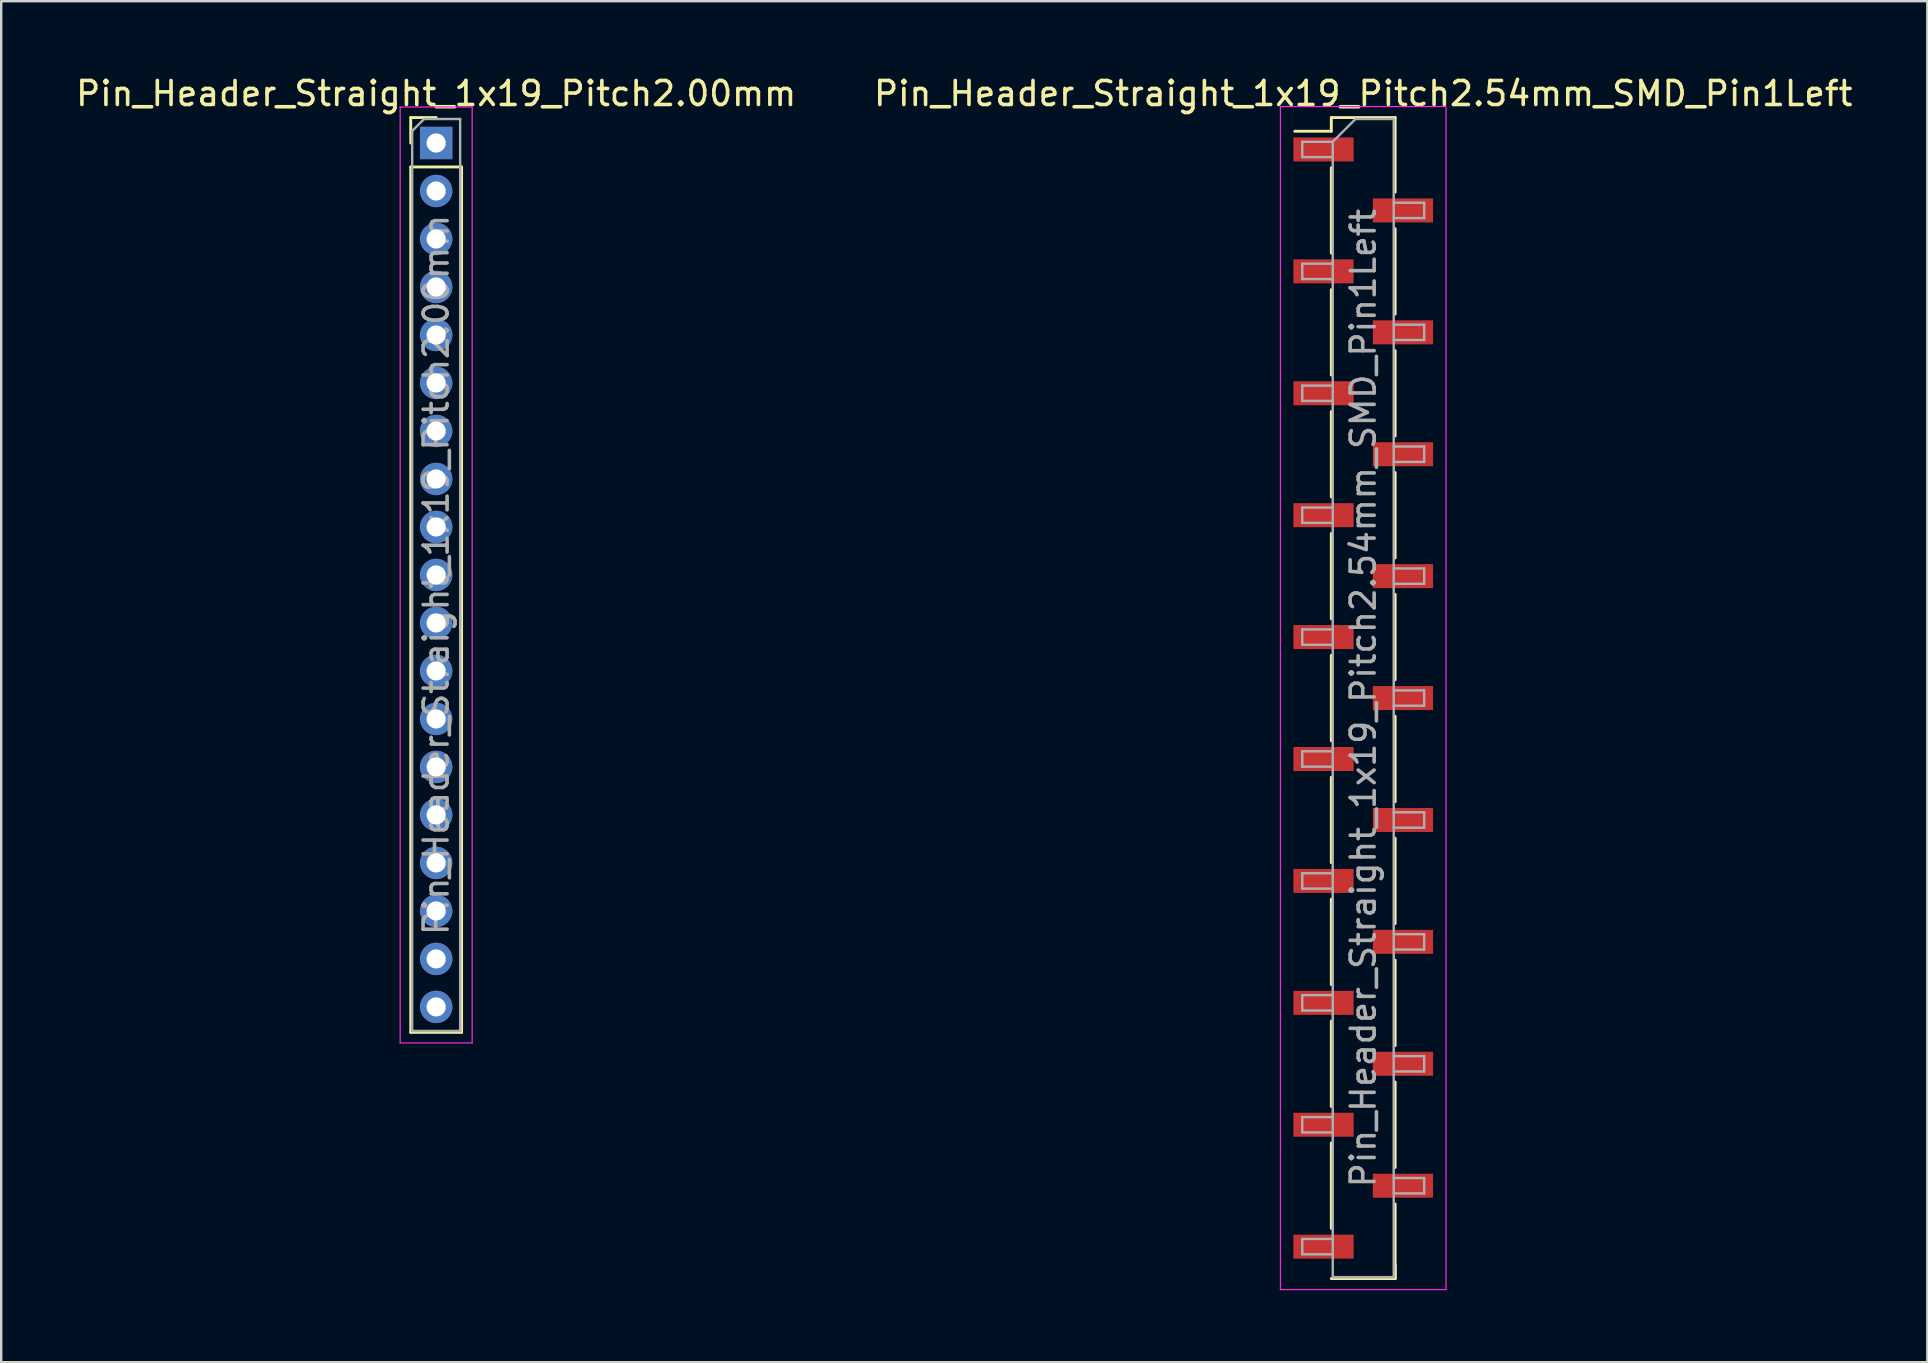
<source format=kicad_pcb>
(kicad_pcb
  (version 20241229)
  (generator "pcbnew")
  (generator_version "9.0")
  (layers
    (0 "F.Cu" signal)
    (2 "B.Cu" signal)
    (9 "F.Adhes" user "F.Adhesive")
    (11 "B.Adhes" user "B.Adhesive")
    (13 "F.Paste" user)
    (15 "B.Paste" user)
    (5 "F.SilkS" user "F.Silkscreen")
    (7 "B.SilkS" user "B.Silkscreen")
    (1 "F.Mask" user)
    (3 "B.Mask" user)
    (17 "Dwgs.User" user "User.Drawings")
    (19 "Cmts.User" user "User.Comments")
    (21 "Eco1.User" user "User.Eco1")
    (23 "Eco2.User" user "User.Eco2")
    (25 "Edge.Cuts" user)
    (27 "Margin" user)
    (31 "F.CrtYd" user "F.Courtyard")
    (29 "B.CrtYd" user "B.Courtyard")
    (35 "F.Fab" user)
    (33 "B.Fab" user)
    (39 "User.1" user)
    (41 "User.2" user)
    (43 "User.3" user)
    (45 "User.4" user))
  (footprint "Pin_Header_Straight_1x19_Pitch2.00mm"
    (layer "F.Cu")
    (at 15.125 2.908)
    (property "Reference" "Pin_Header_Straight_1x19_Pitch2.00mm" (at 0 -2.06 0) (layer "F.SilkS") (effects (font (size 1 1) (thickness 0.15))))
    (attr through_hole)
    (fp_line (start -1.06 -1.06) (end 0 -1.06) (stroke (width 0.12) (type solid)) (layer "F.SilkS"))
    (fp_line (start -1.06 0) (end -1.06 -1.06) (stroke (width 0.12) (type solid)) (layer "F.SilkS"))
    (fp_line (start -1.06 1) (end -1.06 37.06) (stroke (width 0.12) (type solid)) (layer "F.SilkS"))
    (fp_line (start -1.06 1) (end 1.06 1) (stroke (width 0.12) (type solid)) (layer "F.SilkS"))
    (fp_line (start -1.06 37.06) (end 1.06 37.06) (stroke (width 0.12) (type solid)) (layer "F.SilkS"))
    (fp_line (start 1.06 1) (end 1.06 37.06) (stroke (width 0.12) (type solid)) (layer "F.SilkS"))
    (fp_line (start -1.5 -1.5) (end -1.5 37.5) (stroke (width 0.05) (type solid)) (layer "F.CrtYd"))
    (fp_line (start -1.5 37.5) (end 1.5 37.5) (stroke (width 0.05) (type solid)) (layer "F.CrtYd"))
    (fp_line (start 1.5 -1.5) (end -1.5 -1.5) (stroke (width 0.05) (type solid)) (layer "F.CrtYd"))
    (fp_line (start 1.5 37.5) (end 1.5 -1.5) (stroke (width 0.05) (type solid)) (layer "F.CrtYd"))
    (fp_line (start -1 -0.5) (end -0.5 -1) (stroke (width 0.1) (type solid)) (layer "F.Fab"))
    (fp_line (start -1 37) (end -1 -0.5) (stroke (width 0.1) (type solid)) (layer "F.Fab"))
    (fp_line (start -0.5 -1) (end 1 -1) (stroke (width 0.1) (type solid)) (layer "F.Fab"))
    (fp_line (start 1 -1) (end 1 37) (stroke (width 0.1) (type solid)) (layer "F.Fab"))
    (fp_line (start 1 37) (end -1 37) (stroke (width 0.1) (type solid)) (layer "F.Fab"))
    (fp_text user "${REFERENCE}" (at 0 18 90) (layer "F.Fab") (effects (font (size 1 1) (thickness 0.15))))
    (pad "1" thru_hole rect (at 0 0) (size 1.35 1.35) (drill 0.8) (layers "*.Cu" "*.Mask"))
    (pad "2" thru_hole oval (at 0 2) (size 1.35 1.35) (drill 0.8) (layers "*.Cu" "*.Mask"))
    (pad "3" thru_hole oval (at 0 4) (size 1.35 1.35) (drill 0.8) (layers "*.Cu" "*.Mask"))
    (pad "4" thru_hole oval (at 0 6) (size 1.35 1.35) (drill 0.8) (layers "*.Cu" "*.Mask"))
    (pad "5" thru_hole oval (at 0 8) (size 1.35 1.35) (drill 0.8) (layers "*.Cu" "*.Mask"))
    (pad "6" thru_hole oval (at 0 10) (size 1.35 1.35) (drill 0.8) (layers "*.Cu" "*.Mask"))
    (pad "7" thru_hole oval (at 0 12) (size 1.35 1.35) (drill 0.8) (layers "*.Cu" "*.Mask"))
    (pad "8" thru_hole oval (at 0 14) (size 1.35 1.35) (drill 0.8) (layers "*.Cu" "*.Mask"))
    (pad "9" thru_hole oval (at 0 16) (size 1.35 1.35) (drill 0.8) (layers "*.Cu" "*.Mask"))
    (pad "10" thru_hole oval (at 0 18) (size 1.35 1.35) (drill 0.8) (layers "*.Cu" "*.Mask"))
    (pad "11" thru_hole oval (at 0 20) (size 1.35 1.35) (drill 0.8) (layers "*.Cu" "*.Mask"))
    (pad "12" thru_hole oval (at 0 22) (size 1.35 1.35) (drill 0.8) (layers "*.Cu" "*.Mask"))
    (pad "13" thru_hole oval (at 0 24) (size 1.35 1.35) (drill 0.8) (layers "*.Cu" "*.Mask"))
    (pad "14" thru_hole oval (at 0 26) (size 1.35 1.35) (drill 0.8) (layers "*.Cu" "*.Mask"))
    (pad "15" thru_hole oval (at 0 28) (size 1.35 1.35) (drill 0.8) (layers "*.Cu" "*.Mask"))
    (pad "16" thru_hole oval (at 0 30) (size 1.35 1.35) (drill 0.8) (layers "*.Cu" "*.Mask"))
    (pad "17" thru_hole oval (at 0 32) (size 1.35 1.35) (drill 0.8) (layers "*.Cu" "*.Mask"))
    (pad "18" thru_hole oval (at 0 34) (size 1.35 1.35) (drill 0.8) (layers "*.Cu" "*.Mask"))
    (pad "19" thru_hole oval (at 0 36) (size 1.35 1.35) (drill 0.8) (layers "*.Cu" "*.Mask")))
  (footprint "Pin_Header_Straight_1x19_Pitch2.54mm_SMD_Pin1Left"
    (layer "F.Cu")
    (at 53.756 26.038)
    (property "Reference" "Pin_Header_Straight_1x19_Pitch2.54mm_SMD_Pin1Left" (at 0 -25.19 0) (layer "F.SilkS") (effects (font (size 1 1) (thickness 0.15))))
    (attr smd)
    (fp_line (start -1.33 -24.19) (end -1.33 -23.62) (stroke (width 0.12) (type solid)) (layer "F.SilkS"))
    (fp_line (start -1.33 -24.19) (end 1.33 -24.19) (stroke (width 0.12) (type solid)) (layer "F.SilkS"))
    (fp_line (start -1.33 -23.62) (end -2.85 -23.62) (stroke (width 0.12) (type solid)) (layer "F.SilkS"))
    (fp_line (start -1.33 -22.1) (end -1.33 -18.54) (stroke (width 0.12) (type solid)) (layer "F.SilkS"))
    (fp_line (start -1.33 -17.02) (end -1.33 -13.46) (stroke (width 0.12) (type solid)) (layer "F.SilkS"))
    (fp_line (start -1.33 -11.94) (end -1.33 -8.38) (stroke (width 0.12) (type solid)) (layer "F.SilkS"))
    (fp_line (start -1.33 -6.86) (end -1.33 -3.3) (stroke (width 0.12) (type solid)) (layer "F.SilkS"))
    (fp_line (start -1.33 -1.78) (end -1.33 1.78) (stroke (width 0.12) (type solid)) (layer "F.SilkS"))
    (fp_line (start -1.33 3.3) (end -1.33 6.86) (stroke (width 0.12) (type solid)) (layer "F.SilkS"))
    (fp_line (start -1.33 8.38) (end -1.33 11.94) (stroke (width 0.12) (type solid)) (layer "F.SilkS"))
    (fp_line (start -1.33 13.46) (end -1.33 17.02) (stroke (width 0.12) (type solid)) (layer "F.SilkS"))
    (fp_line (start -1.33 18.54) (end -1.33 22.1) (stroke (width 0.12) (type solid)) (layer "F.SilkS"))
    (fp_line (start -1.33 24.19) (end 1.33 24.19) (stroke (width 0.12) (type solid)) (layer "F.SilkS"))
    (fp_line (start 1.33 -24.19) (end 1.33 -21.08) (stroke (width 0.12) (type solid)) (layer "F.SilkS"))
    (fp_line (start 1.33 -19.56) (end 1.33 -16) (stroke (width 0.12) (type solid)) (layer "F.SilkS"))
    (fp_line (start 1.33 -14.48) (end 1.33 -10.92) (stroke (width 0.12) (type solid)) (layer "F.SilkS"))
    (fp_line (start 1.33 -9.4) (end 1.33 -5.84) (stroke (width 0.12) (type solid)) (layer "F.SilkS"))
    (fp_line (start 1.33 -4.32) (end 1.33 -0.76) (stroke (width 0.12) (type solid)) (layer "F.SilkS"))
    (fp_line (start 1.33 0.76) (end 1.33 4.32) (stroke (width 0.12) (type solid)) (layer "F.SilkS"))
    (fp_line (start 1.33 5.84) (end 1.33 9.4) (stroke (width 0.12) (type solid)) (layer "F.SilkS"))
    (fp_line (start 1.33 10.92) (end 1.33 14.48) (stroke (width 0.12) (type solid)) (layer "F.SilkS"))
    (fp_line (start 1.33 16) (end 1.33 19.56) (stroke (width 0.12) (type solid)) (layer "F.SilkS"))
    (fp_line (start 1.33 21.08) (end 1.33 24.19) (stroke (width 0.12) (type solid)) (layer "F.SilkS"))
    (fp_line (start 1.33 23.62) (end 1.33 24.19) (stroke (width 0.12) (type solid)) (layer "F.SilkS"))
    (fp_line (start -3.45 -24.65) (end -3.45 24.65) (stroke (width 0.05) (type solid)) (layer "F.CrtYd"))
    (fp_line (start -3.45 24.65) (end 3.45 24.65) (stroke (width 0.05) (type solid)) (layer "F.CrtYd"))
    (fp_line (start 3.45 -24.65) (end -3.45 -24.65) (stroke (width 0.05) (type solid)) (layer "F.CrtYd"))
    (fp_line (start 3.45 24.65) (end 3.45 -24.65) (stroke (width 0.05) (type solid)) (layer "F.CrtYd"))
    (fp_line (start -2.54 -23.18) (end -2.54 -22.54) (stroke (width 0.1) (type solid)) (layer "F.Fab"))
    (fp_line (start -2.54 -22.54) (end -1.27 -22.54) (stroke (width 0.1) (type solid)) (layer "F.Fab"))
    (fp_line (start -2.54 -18.1) (end -2.54 -17.46) (stroke (width 0.1) (type solid)) (layer "F.Fab"))
    (fp_line (start -2.54 -17.46) (end -1.27 -17.46) (stroke (width 0.1) (type solid)) (layer "F.Fab"))
    (fp_line (start -2.54 -13.02) (end -2.54 -12.38) (stroke (width 0.1) (type solid)) (layer "F.Fab"))
    (fp_line (start -2.54 -12.38) (end -1.27 -12.38) (stroke (width 0.1) (type solid)) (layer "F.Fab"))
    (fp_line (start -2.54 -7.94) (end -2.54 -7.3) (stroke (width 0.1) (type solid)) (layer "F.Fab"))
    (fp_line (start -2.54 -7.3) (end -1.27 -7.3) (stroke (width 0.1) (type solid)) (layer "F.Fab"))
    (fp_line (start -2.54 -2.86) (end -2.54 -2.22) (stroke (width 0.1) (type solid)) (layer "F.Fab"))
    (fp_line (start -2.54 -2.22) (end -1.27 -2.22) (stroke (width 0.1) (type solid)) (layer "F.Fab"))
    (fp_line (start -2.54 2.22) (end -2.54 2.86) (stroke (width 0.1) (type solid)) (layer "F.Fab"))
    (fp_line (start -2.54 2.86) (end -1.27 2.86) (stroke (width 0.1) (type solid)) (layer "F.Fab"))
    (fp_line (start -2.54 7.3) (end -2.54 7.94) (stroke (width 0.1) (type solid)) (layer "F.Fab"))
    (fp_line (start -2.54 7.94) (end -1.27 7.94) (stroke (width 0.1) (type solid)) (layer "F.Fab"))
    (fp_line (start -2.54 12.38) (end -2.54 13.02) (stroke (width 0.1) (type solid)) (layer "F.Fab"))
    (fp_line (start -2.54 13.02) (end -1.27 13.02) (stroke (width 0.1) (type solid)) (layer "F.Fab"))
    (fp_line (start -2.54 17.46) (end -2.54 18.1) (stroke (width 0.1) (type solid)) (layer "F.Fab"))
    (fp_line (start -2.54 18.1) (end -1.27 18.1) (stroke (width 0.1) (type solid)) (layer "F.Fab"))
    (fp_line (start -2.54 22.54) (end -2.54 23.18) (stroke (width 0.1) (type solid)) (layer "F.Fab"))
    (fp_line (start -2.54 23.18) (end -1.27 23.18) (stroke (width 0.1) (type solid)) (layer "F.Fab"))
    (fp_line (start -1.27 -23.18) (end -2.54 -23.18) (stroke (width 0.1) (type solid)) (layer "F.Fab"))
    (fp_line (start -1.27 -23.18) (end -0.32 -24.13) (stroke (width 0.1) (type solid)) (layer "F.Fab"))
    (fp_line (start -1.27 -18.1) (end -2.54 -18.1) (stroke (width 0.1) (type solid)) (layer "F.Fab"))
    (fp_line (start -1.27 -13.02) (end -2.54 -13.02) (stroke (width 0.1) (type solid)) (layer "F.Fab"))
    (fp_line (start -1.27 -7.94) (end -2.54 -7.94) (stroke (width 0.1) (type solid)) (layer "F.Fab"))
    (fp_line (start -1.27 -2.86) (end -2.54 -2.86) (stroke (width 0.1) (type solid)) (layer "F.Fab"))
    (fp_line (start -1.27 2.22) (end -2.54 2.22) (stroke (width 0.1) (type solid)) (layer "F.Fab"))
    (fp_line (start -1.27 7.3) (end -2.54 7.3) (stroke (width 0.1) (type solid)) (layer "F.Fab"))
    (fp_line (start -1.27 12.38) (end -2.54 12.38) (stroke (width 0.1) (type solid)) (layer "F.Fab"))
    (fp_line (start -1.27 17.46) (end -2.54 17.46) (stroke (width 0.1) (type solid)) (layer "F.Fab"))
    (fp_line (start -1.27 22.54) (end -2.54 22.54) (stroke (width 0.1) (type solid)) (layer "F.Fab"))
    (fp_line (start -1.27 24.13) (end -1.27 -23.18) (stroke (width 0.1) (type solid)) (layer "F.Fab"))
    (fp_line (start -0.32 -24.13) (end 1.27 -24.13) (stroke (width 0.1) (type solid)) (layer "F.Fab"))
    (fp_line (start 1.27 -24.13) (end 1.27 24.13) (stroke (width 0.1) (type solid)) (layer "F.Fab"))
    (fp_line (start 1.27 -20.64) (end 2.54 -20.64) (stroke (width 0.1) (type solid)) (layer "F.Fab"))
    (fp_line (start 1.27 -15.56) (end 2.54 -15.56) (stroke (width 0.1) (type solid)) (layer "F.Fab"))
    (fp_line (start 1.27 -10.48) (end 2.54 -10.48) (stroke (width 0.1) (type solid)) (layer "F.Fab"))
    (fp_line (start 1.27 -5.4) (end 2.54 -5.4) (stroke (width 0.1) (type solid)) (layer "F.Fab"))
    (fp_line (start 1.27 -0.32) (end 2.54 -0.32) (stroke (width 0.1) (type solid)) (layer "F.Fab"))
    (fp_line (start 1.27 4.76) (end 2.54 4.76) (stroke (width 0.1) (type solid)) (layer "F.Fab"))
    (fp_line (start 1.27 9.84) (end 2.54 9.84) (stroke (width 0.1) (type solid)) (layer "F.Fab"))
    (fp_line (start 1.27 14.92) (end 2.54 14.92) (stroke (width 0.1) (type solid)) (layer "F.Fab"))
    (fp_line (start 1.27 20) (end 2.54 20) (stroke (width 0.1) (type solid)) (layer "F.Fab"))
    (fp_line (start 1.27 24.13) (end -1.27 24.13) (stroke (width 0.1) (type solid)) (layer "F.Fab"))
    (fp_line (start 2.54 -20.64) (end 2.54 -20) (stroke (width 0.1) (type solid)) (layer "F.Fab"))
    (fp_line (start 2.54 -20) (end 1.27 -20) (stroke (width 0.1) (type solid)) (layer "F.Fab"))
    (fp_line (start 2.54 -15.56) (end 2.54 -14.92) (stroke (width 0.1) (type solid)) (layer "F.Fab"))
    (fp_line (start 2.54 -14.92) (end 1.27 -14.92) (stroke (width 0.1) (type solid)) (layer "F.Fab"))
    (fp_line (start 2.54 -10.48) (end 2.54 -9.84) (stroke (width 0.1) (type solid)) (layer "F.Fab"))
    (fp_line (start 2.54 -9.84) (end 1.27 -9.84) (stroke (width 0.1) (type solid)) (layer "F.Fab"))
    (fp_line (start 2.54 -5.4) (end 2.54 -4.76) (stroke (width 0.1) (type solid)) (layer "F.Fab"))
    (fp_line (start 2.54 -4.76) (end 1.27 -4.76) (stroke (width 0.1) (type solid)) (layer "F.Fab"))
    (fp_line (start 2.54 -0.32) (end 2.54 0.32) (stroke (width 0.1) (type solid)) (layer "F.Fab"))
    (fp_line (start 2.54 0.32) (end 1.27 0.32) (stroke (width 0.1) (type solid)) (layer "F.Fab"))
    (fp_line (start 2.54 4.76) (end 2.54 5.4) (stroke (width 0.1) (type solid)) (layer "F.Fab"))
    (fp_line (start 2.54 5.4) (end 1.27 5.4) (stroke (width 0.1) (type solid)) (layer "F.Fab"))
    (fp_line (start 2.54 9.84) (end 2.54 10.48) (stroke (width 0.1) (type solid)) (layer "F.Fab"))
    (fp_line (start 2.54 10.48) (end 1.27 10.48) (stroke (width 0.1) (type solid)) (layer "F.Fab"))
    (fp_line (start 2.54 14.92) (end 2.54 15.56) (stroke (width 0.1) (type solid)) (layer "F.Fab"))
    (fp_line (start 2.54 15.56) (end 1.27 15.56) (stroke (width 0.1) (type solid)) (layer "F.Fab"))
    (fp_line (start 2.54 20) (end 2.54 20.64) (stroke (width 0.1) (type solid)) (layer "F.Fab"))
    (fp_line (start 2.54 20.64) (end 1.27 20.64) (stroke (width 0.1) (type solid)) (layer "F.Fab"))
    (fp_text user "${REFERENCE}" (at 0 0 90) (layer "F.Fab") (effects (font (size 1 1) (thickness 0.15))))
    (pad "1" smd rect (at -1.655 -22.86) (size 2.51 1) (layers "F.Cu" "F.Mask" "F.Paste"))
    (pad "2" smd rect (at 1.655 -20.32) (size 2.51 1) (layers "F.Cu" "F.Mask" "F.Paste"))
    (pad "3" smd rect (at -1.655 -17.78) (size 2.51 1) (layers "F.Cu" "F.Mask" "F.Paste"))
    (pad "4" smd rect (at 1.655 -15.24) (size 2.51 1) (layers "F.Cu" "F.Mask" "F.Paste"))
    (pad "5" smd rect (at -1.655 -12.7) (size 2.51 1) (layers "F.Cu" "F.Mask" "F.Paste"))
    (pad "6" smd rect (at 1.655 -10.16) (size 2.51 1) (layers "F.Cu" "F.Mask" "F.Paste"))
    (pad "7" smd rect (at -1.655 -7.62) (size 2.51 1) (layers "F.Cu" "F.Mask" "F.Paste"))
    (pad "8" smd rect (at 1.655 -5.08) (size 2.51 1) (layers "F.Cu" "F.Mask" "F.Paste"))
    (pad "9" smd rect (at -1.655 -2.54) (size 2.51 1) (layers "F.Cu" "F.Mask" "F.Paste"))
    (pad "10" smd rect (at 1.655 0) (size 2.51 1) (layers "F.Cu" "F.Mask" "F.Paste"))
    (pad "11" smd rect (at -1.655 2.54) (size 2.51 1) (layers "F.Cu" "F.Mask" "F.Paste"))
    (pad "12" smd rect (at 1.655 5.08) (size 2.51 1) (layers "F.Cu" "F.Mask" "F.Paste"))
    (pad "13" smd rect (at -1.655 7.62) (size 2.51 1) (layers "F.Cu" "F.Mask" "F.Paste"))
    (pad "14" smd rect (at 1.655 10.16) (size 2.51 1) (layers "F.Cu" "F.Mask" "F.Paste"))
    (pad "15" smd rect (at -1.655 12.7) (size 2.51 1) (layers "F.Cu" "F.Mask" "F.Paste"))
    (pad "16" smd rect (at 1.655 15.24) (size 2.51 1) (layers "F.Cu" "F.Mask" "F.Paste"))
    (pad "17" smd rect (at -1.655 17.78) (size 2.51 1) (layers "F.Cu" "F.Mask" "F.Paste"))
    (pad "18" smd rect (at 1.655 20.32) (size 2.51 1) (layers "F.Cu" "F.Mask" "F.Paste"))
    (pad "19" smd rect (at -1.655 22.86) (size 2.51 1) (layers "F.Cu" "F.Mask" "F.Paste")))
  (gr_rect
    (start -3 -3)
    (end 77.262 53.713)
    (stroke (width 0.1) (type default))
    (fill no)
    (layer "Edge.Cuts")))
</source>
